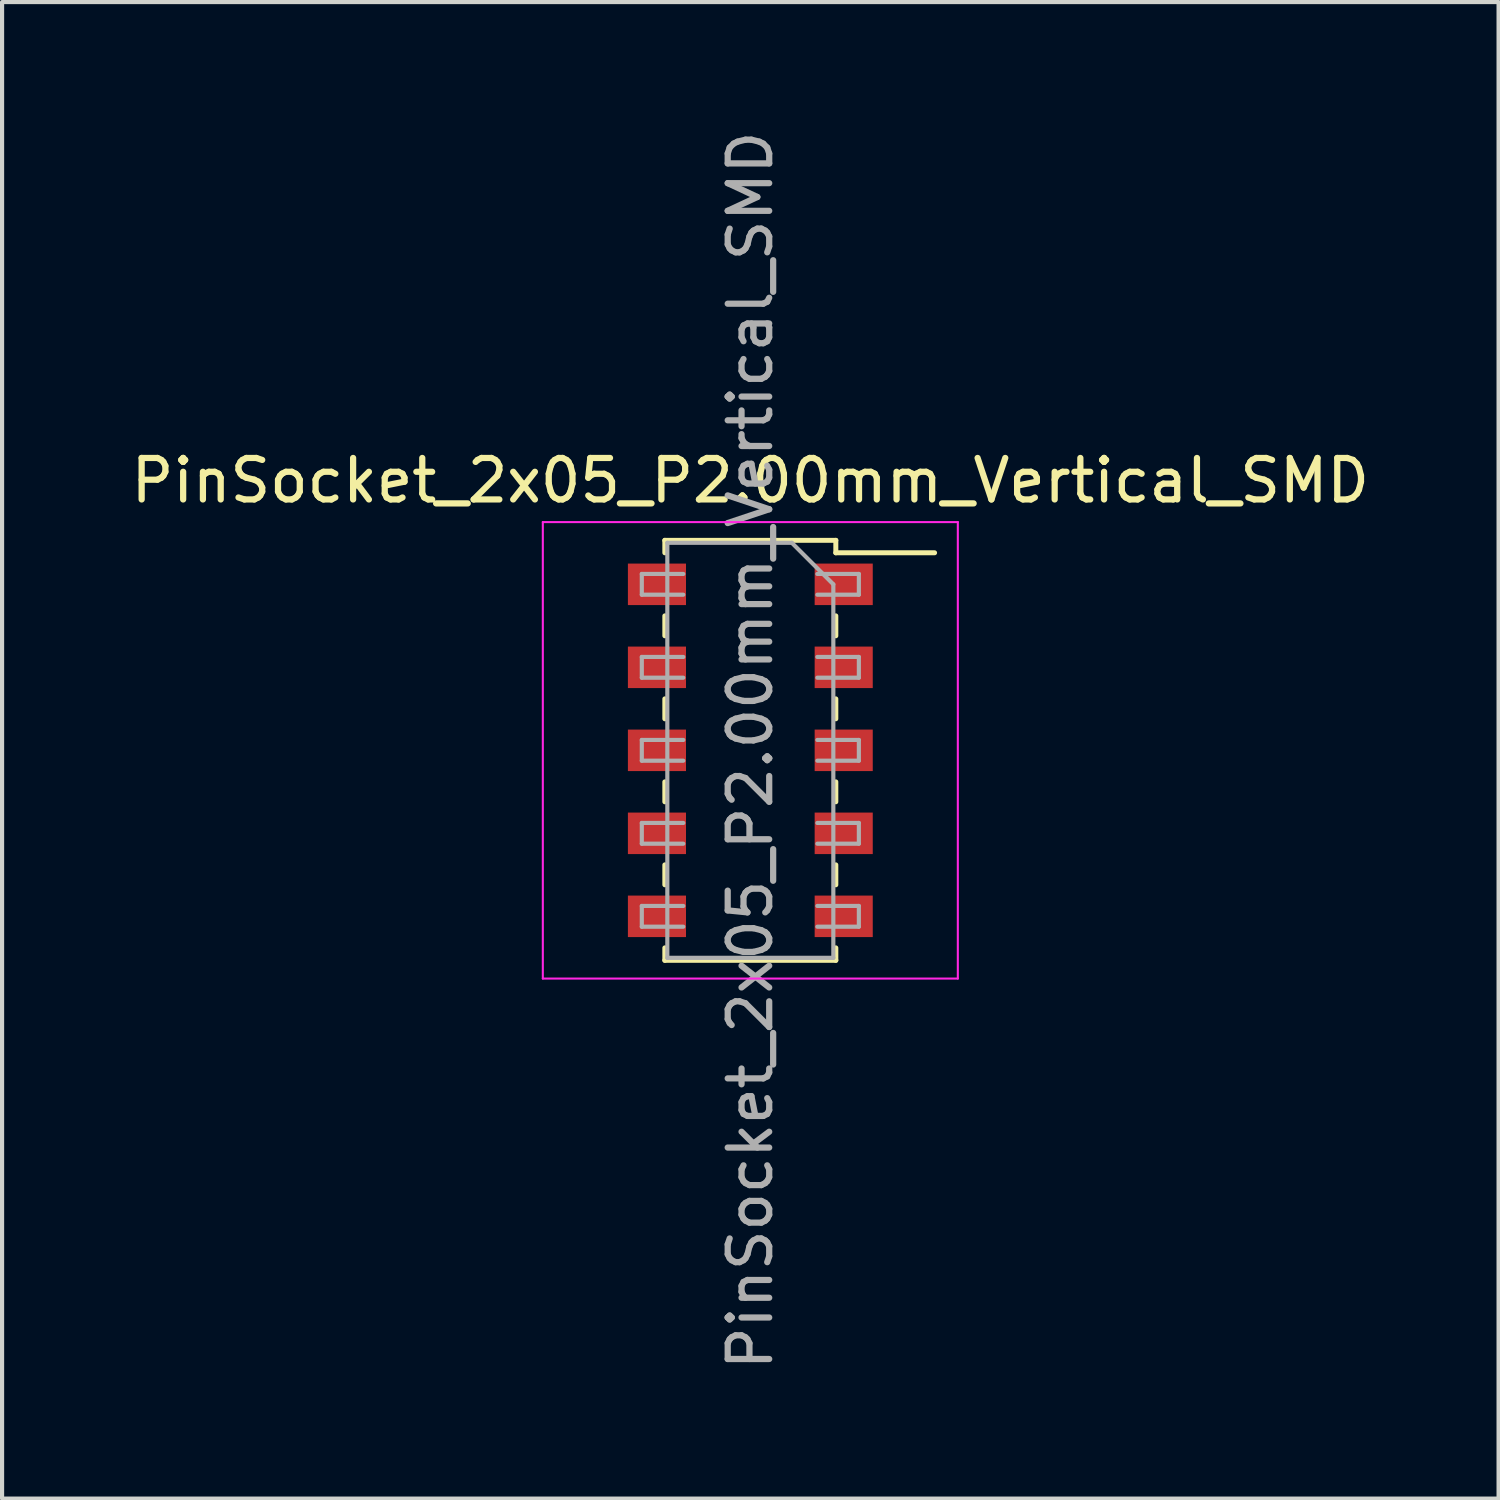
<source format=kicad_pcb>
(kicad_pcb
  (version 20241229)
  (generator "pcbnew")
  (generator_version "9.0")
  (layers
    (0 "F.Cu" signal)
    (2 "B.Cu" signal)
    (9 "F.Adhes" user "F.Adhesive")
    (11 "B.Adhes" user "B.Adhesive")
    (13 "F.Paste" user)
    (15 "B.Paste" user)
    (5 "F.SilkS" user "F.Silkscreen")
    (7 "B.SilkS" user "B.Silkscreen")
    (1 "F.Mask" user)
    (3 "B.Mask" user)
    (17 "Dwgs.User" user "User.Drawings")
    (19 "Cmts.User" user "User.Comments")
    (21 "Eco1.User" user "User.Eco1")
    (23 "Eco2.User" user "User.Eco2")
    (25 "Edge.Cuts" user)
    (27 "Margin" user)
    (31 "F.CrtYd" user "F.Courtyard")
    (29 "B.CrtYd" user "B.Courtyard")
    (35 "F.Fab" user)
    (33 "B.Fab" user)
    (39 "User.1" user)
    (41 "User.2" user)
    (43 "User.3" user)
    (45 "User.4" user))
  (footprint "PinSocket_2x05_P2.00mm_Vertical_SMD"
    (layer "F.Cu")
    (at 15.03 15.03)
    (property "Reference" "PinSocket_2x05_P2.00mm_Vertical_SMD" (at 0 -6.5 0) (layer "F.SilkS") (effects (font (size 1 1) (thickness 0.15))))
    (attr smd)
    (fp_line (start -2.06 -5.06) (end -2.06 -4.76) (stroke (width 0.12) (type solid)) (layer "F.SilkS"))
    (fp_line (start -2.06 -5.06) (end 2.06 -5.06) (stroke (width 0.12) (type solid)) (layer "F.SilkS"))
    (fp_line (start -2.06 -3.24) (end -2.06 -2.76) (stroke (width 0.12) (type solid)) (layer "F.SilkS"))
    (fp_line (start -2.06 -1.24) (end -2.06 -0.76) (stroke (width 0.12) (type solid)) (layer "F.SilkS"))
    (fp_line (start -2.06 0.76) (end -2.06 1.24) (stroke (width 0.12) (type solid)) (layer "F.SilkS"))
    (fp_line (start -2.06 2.76) (end -2.06 3.24) (stroke (width 0.12) (type solid)) (layer "F.SilkS"))
    (fp_line (start -2.06 4.76) (end -2.06 5.06) (stroke (width 0.12) (type solid)) (layer "F.SilkS"))
    (fp_line (start -2.06 5.06) (end 2.06 5.06) (stroke (width 0.12) (type solid)) (layer "F.SilkS"))
    (fp_line (start 2.06 -5.06) (end 2.06 -4.76) (stroke (width 0.12) (type solid)) (layer "F.SilkS"))
    (fp_line (start 2.06 -4.76) (end 4.44 -4.76) (stroke (width 0.12) (type solid)) (layer "F.SilkS"))
    (fp_line (start 2.06 -3.24) (end 2.06 -2.76) (stroke (width 0.12) (type solid)) (layer "F.SilkS"))
    (fp_line (start 2.06 -1.24) (end 2.06 -0.76) (stroke (width 0.12) (type solid)) (layer "F.SilkS"))
    (fp_line (start 2.06 0.76) (end 2.06 1.24) (stroke (width 0.12) (type solid)) (layer "F.SilkS"))
    (fp_line (start 2.06 2.76) (end 2.06 3.24) (stroke (width 0.12) (type solid)) (layer "F.SilkS"))
    (fp_line (start 2.06 4.76) (end 2.06 5.06) (stroke (width 0.12) (type solid)) (layer "F.SilkS"))
    (fp_line (start -5 -5.5) (end 5 -5.5) (stroke (width 0.05) (type solid)) (layer "F.CrtYd"))
    (fp_line (start -5 5.5) (end -5 -5.5) (stroke (width 0.05) (type solid)) (layer "F.CrtYd"))
    (fp_line (start 5 -5.5) (end 5 5.5) (stroke (width 0.05) (type solid)) (layer "F.CrtYd"))
    (fp_line (start 5 5.5) (end -5 5.5) (stroke (width 0.05) (type solid)) (layer "F.CrtYd"))
    (fp_line (start -2.615 -4.25) (end -1.615 -4.25) (stroke (width 0.1) (type solid)) (layer "F.Fab"))
    (fp_line (start -2.615 -3.75) (end -2.615 -4.25) (stroke (width 0.1) (type solid)) (layer "F.Fab"))
    (fp_line (start -2.615 -2.25) (end -1.615 -2.25) (stroke (width 0.1) (type solid)) (layer "F.Fab"))
    (fp_line (start -2.615 -1.75) (end -2.615 -2.25) (stroke (width 0.1) (type solid)) (layer "F.Fab"))
    (fp_line (start -2.615 -0.25) (end -1.615 -0.25) (stroke (width 0.1) (type solid)) (layer "F.Fab"))
    (fp_line (start -2.615 0.25) (end -2.615 -0.25) (stroke (width 0.1) (type solid)) (layer "F.Fab"))
    (fp_line (start -2.615 1.75) (end -1.615 1.75) (stroke (width 0.1) (type solid)) (layer "F.Fab"))
    (fp_line (start -2.615 2.25) (end -2.615 1.75) (stroke (width 0.1) (type solid)) (layer "F.Fab"))
    (fp_line (start -2.615 3.75) (end -1.615 3.75) (stroke (width 0.1) (type solid)) (layer "F.Fab"))
    (fp_line (start -2.615 4.25) (end -2.615 3.75) (stroke (width 0.1) (type solid)) (layer "F.Fab"))
    (fp_line (start -2 -5) (end 1 -5) (stroke (width 0.1) (type solid)) (layer "F.Fab"))
    (fp_line (start -2 5) (end -2 -5) (stroke (width 0.1) (type solid)) (layer "F.Fab"))
    (fp_line (start -1.615 -3.75) (end -2.615 -3.75) (stroke (width 0.1) (type solid)) (layer "F.Fab"))
    (fp_line (start -1.615 -1.75) (end -2.615 -1.75) (stroke (width 0.1) (type solid)) (layer "F.Fab"))
    (fp_line (start -1.615 0.25) (end -2.615 0.25) (stroke (width 0.1) (type solid)) (layer "F.Fab"))
    (fp_line (start -1.615 2.25) (end -2.615 2.25) (stroke (width 0.1) (type solid)) (layer "F.Fab"))
    (fp_line (start -1.615 4.25) (end -2.615 4.25) (stroke (width 0.1) (type solid)) (layer "F.Fab"))
    (fp_line (start 1 -5) (end 2 -4) (stroke (width 0.1) (type solid)) (layer "F.Fab"))
    (fp_line (start 1.615 -4.25) (end 2.615 -4.25) (stroke (width 0.1) (type solid)) (layer "F.Fab"))
    (fp_line (start 1.615 -2.25) (end 2.615 -2.25) (stroke (width 0.1) (type solid)) (layer "F.Fab"))
    (fp_line (start 1.615 -0.25) (end 2.615 -0.25) (stroke (width 0.1) (type solid)) (layer "F.Fab"))
    (fp_line (start 1.615 1.75) (end 2.615 1.75) (stroke (width 0.1) (type solid)) (layer "F.Fab"))
    (fp_line (start 1.615 3.75) (end 2.615 3.75) (stroke (width 0.1) (type solid)) (layer "F.Fab"))
    (fp_line (start 2 -4) (end 2 5) (stroke (width 0.1) (type solid)) (layer "F.Fab"))
    (fp_line (start 2 5) (end -2 5) (stroke (width 0.1) (type solid)) (layer "F.Fab"))
    (fp_line (start 2.615 -4.25) (end 2.615 -3.75) (stroke (width 0.1) (type solid)) (layer "F.Fab"))
    (fp_line (start 2.615 -3.75) (end 1.615 -3.75) (stroke (width 0.1) (type solid)) (layer "F.Fab"))
    (fp_line (start 2.615 -2.25) (end 2.615 -1.75) (stroke (width 0.1) (type solid)) (layer "F.Fab"))
    (fp_line (start 2.615 -1.75) (end 1.615 -1.75) (stroke (width 0.1) (type solid)) (layer "F.Fab"))
    (fp_line (start 2.615 -0.25) (end 2.615 0.25) (stroke (width 0.1) (type solid)) (layer "F.Fab"))
    (fp_line (start 2.615 0.25) (end 1.615 0.25) (stroke (width 0.1) (type solid)) (layer "F.Fab"))
    (fp_line (start 2.615 1.75) (end 2.615 2.25) (stroke (width 0.1) (type solid)) (layer "F.Fab"))
    (fp_line (start 2.615 2.25) (end 1.615 2.25) (stroke (width 0.1) (type solid)) (layer "F.Fab"))
    (fp_line (start 2.615 3.75) (end 2.615 4.25) (stroke (width 0.1) (type solid)) (layer "F.Fab"))
    (fp_line (start 2.615 4.25) (end 1.615 4.25) (stroke (width 0.1) (type solid)) (layer "F.Fab"))
    (fp_text user "${REFERENCE}" (at 0 0 270) (layer "F.Fab") (effects (font (size 1 1) (thickness 0.15))))
    (pad "1" smd rect (at 2.25 -4) (size 1.4 1) (layers "F.Cu" "F.Mask" "F.Paste"))
    (pad "2" smd rect (at -2.25 -4) (size 1.4 1) (layers "F.Cu" "F.Mask" "F.Paste"))
    (pad "3" smd rect (at 2.25 -2) (size 1.4 1) (layers "F.Cu" "F.Mask" "F.Paste"))
    (pad "4" smd rect (at -2.25 -2) (size 1.4 1) (layers "F.Cu" "F.Mask" "F.Paste"))
    (pad "5" smd rect (at 2.25 0) (size 1.4 1) (layers "F.Cu" "F.Mask" "F.Paste"))
    (pad "6" smd rect (at -2.25 0) (size 1.4 1) (layers "F.Cu" "F.Mask" "F.Paste"))
    (pad "7" smd rect (at 2.25 2) (size 1.4 1) (layers "F.Cu" "F.Mask" "F.Paste"))
    (pad "8" smd rect (at -2.25 2) (size 1.4 1) (layers "F.Cu" "F.Mask" "F.Paste"))
    (pad "9" smd rect (at 2.25 4) (size 1.4 1) (layers "F.Cu" "F.Mask" "F.Paste"))
    (pad "10" smd rect (at -2.25 4) (size 1.4 1) (layers "F.Cu" "F.Mask" "F.Paste")))
  (gr_rect
    (start -3 -3)
    (end 33.06 33.06)
    (stroke (width 0.1) (type default))
    (fill no)
    (layer "Edge.Cuts")))
</source>
